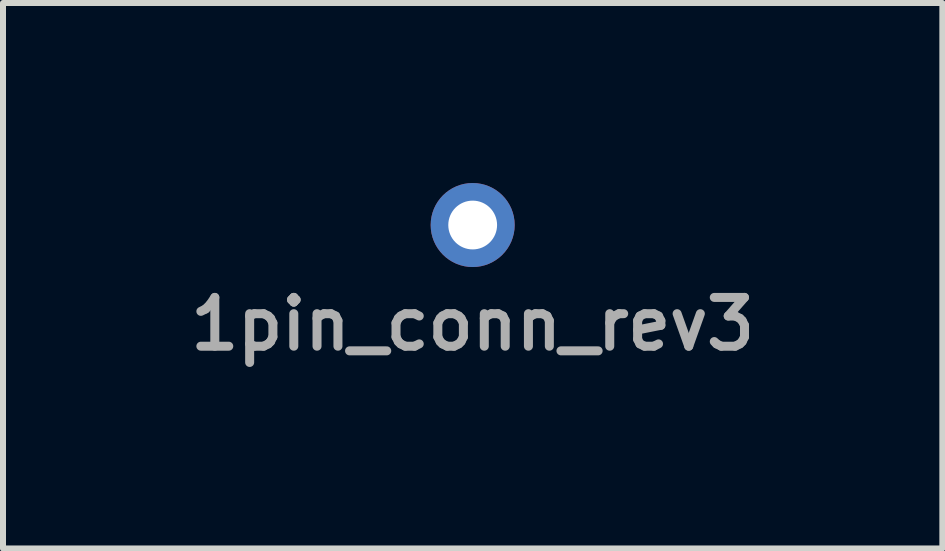
<source format=kicad_pcb>
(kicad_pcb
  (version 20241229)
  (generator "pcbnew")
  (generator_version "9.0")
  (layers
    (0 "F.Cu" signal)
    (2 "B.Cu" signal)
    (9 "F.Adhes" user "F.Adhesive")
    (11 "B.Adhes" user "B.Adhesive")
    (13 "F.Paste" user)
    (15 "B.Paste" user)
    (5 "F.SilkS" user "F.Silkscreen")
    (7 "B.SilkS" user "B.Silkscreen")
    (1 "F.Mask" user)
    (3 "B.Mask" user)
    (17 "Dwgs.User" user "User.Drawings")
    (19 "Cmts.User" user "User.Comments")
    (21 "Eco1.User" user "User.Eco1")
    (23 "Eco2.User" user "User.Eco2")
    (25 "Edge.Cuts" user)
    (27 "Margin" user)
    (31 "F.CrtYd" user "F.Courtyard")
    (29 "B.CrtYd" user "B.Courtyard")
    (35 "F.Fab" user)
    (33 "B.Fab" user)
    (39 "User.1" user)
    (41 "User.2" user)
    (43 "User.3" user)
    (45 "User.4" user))
  (footprint "1pin_conn_rev3"
    (layer "F.Cu")
    (at 4.827 0.7)
    (property "Reference" "1pin_conn_rev3" (at 0 1.651 0) (layer "F.Fab") (effects (font (size 0.813 0.813) (thickness 0.15))))
    (attr through_hole)
    (pad "" thru_hole circle (at 0 0) (size 1.4 1.4) (drill 0.813) (layers "*.Cu" "*.Mask")))
  (gr_rect
    (start -3 -3)
    (end 12.654 6.09)
    (stroke (width 0.1) (type default))
    (fill no)
    (layer "Edge.Cuts")))
</source>
